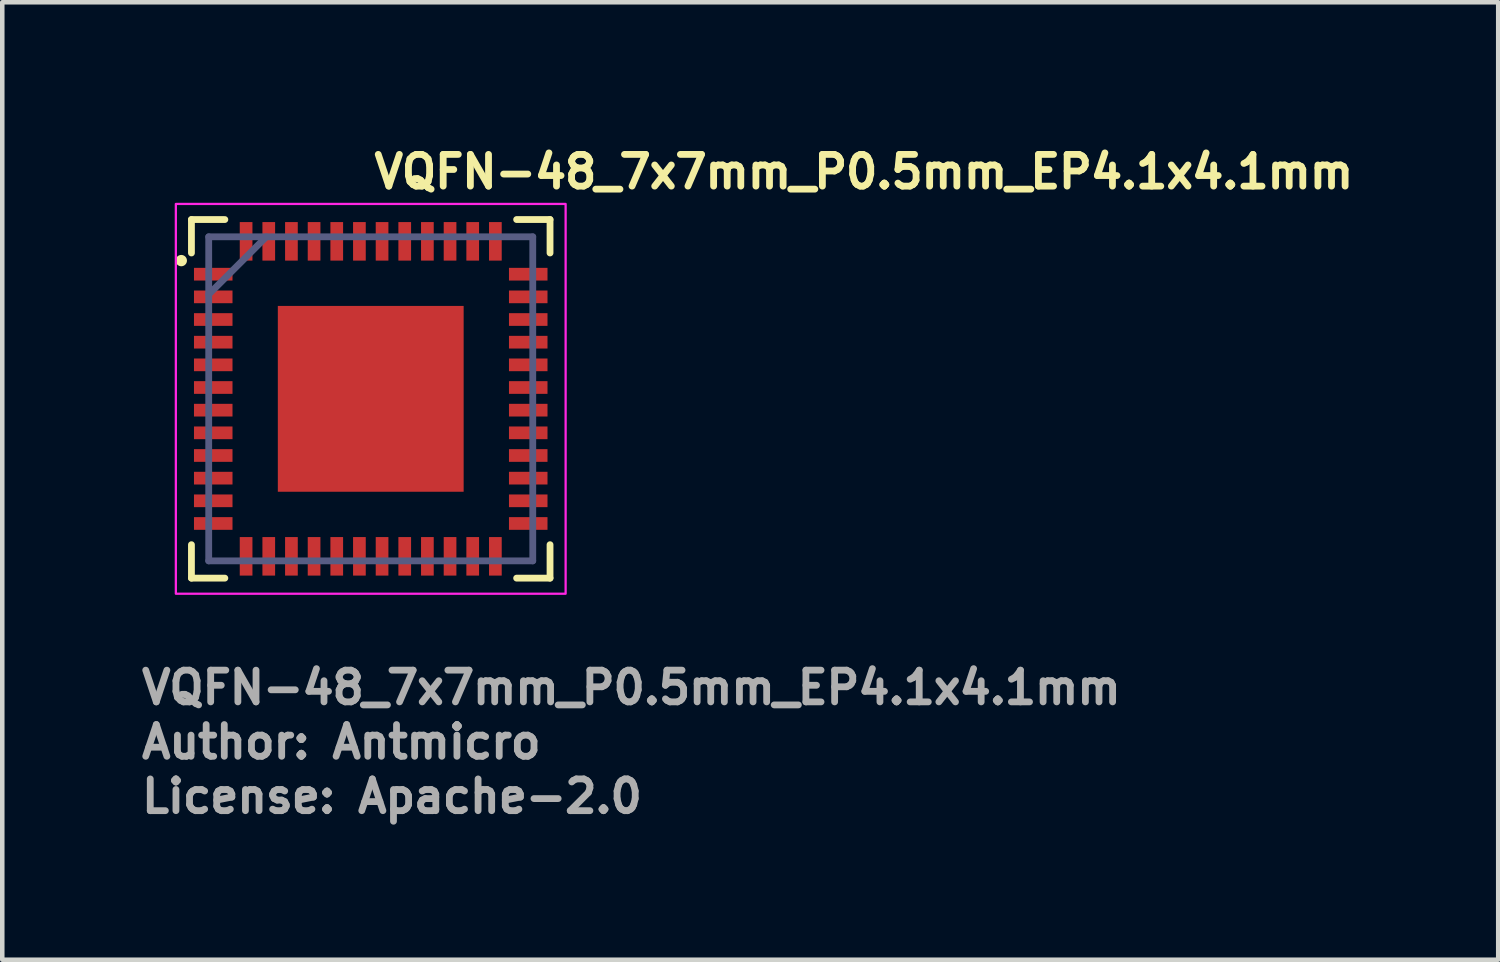
<source format=kicad_pcb>
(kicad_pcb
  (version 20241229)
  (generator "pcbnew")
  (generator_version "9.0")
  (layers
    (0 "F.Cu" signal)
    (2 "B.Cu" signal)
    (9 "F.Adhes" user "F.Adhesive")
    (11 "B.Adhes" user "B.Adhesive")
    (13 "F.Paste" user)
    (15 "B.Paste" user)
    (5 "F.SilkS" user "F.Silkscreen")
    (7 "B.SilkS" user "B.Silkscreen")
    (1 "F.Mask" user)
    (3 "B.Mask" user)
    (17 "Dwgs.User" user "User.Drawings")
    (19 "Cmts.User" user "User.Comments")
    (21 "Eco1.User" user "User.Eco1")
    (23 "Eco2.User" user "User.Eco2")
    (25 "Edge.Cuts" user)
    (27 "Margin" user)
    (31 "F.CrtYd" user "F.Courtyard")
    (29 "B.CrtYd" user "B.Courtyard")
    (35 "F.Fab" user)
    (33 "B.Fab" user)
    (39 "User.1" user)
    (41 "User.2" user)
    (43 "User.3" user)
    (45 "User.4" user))
  (footprint "VQFN-48_7x7mm_P0.5mm_EP4.1x4.1mm"
    (layer "F.Cu")
    (at 5.13 5.75)
    (property "Reference" "VQFN-48_7x7mm_P0.5mm_EP4.1x4.1mm" (at 0 -4.6 0) (unlocked yes) (layer "F.SilkS") (effects (font (size 0.7 0.7) (thickness 0.15)) (justify left bottom)))
    (attr smd)
    (fp_poly (pts (xy -2.113 -1.775) (xy -2.113 -2.114) (xy 2.114 -2.114) (xy 2.114 -1.775)) (stroke (width 0) (type solid)) (fill yes) (layer "F.Mask"))
    (fp_poly (pts (xy -2.113 -0.987) (xy -2.113 -1.375) (xy 2.114 -1.375) (xy 2.114 -0.987)) (stroke (width 0) (type solid)) (fill yes) (layer "F.Mask"))
    (fp_poly (pts (xy -2.113 -0.2) (xy -2.113 -0.587) (xy 2.114 -0.587) (xy 2.114 -0.2)) (stroke (width 0) (type solid)) (fill yes) (layer "F.Mask"))
    (fp_poly (pts (xy -2.113 0.587) (xy -2.113 0.2) (xy 2.114 0.2) (xy 2.114 0.587)) (stroke (width 0) (type solid)) (fill yes) (layer "F.Mask"))
    (fp_poly (pts (xy -2.113 1.375) (xy -2.113 0.987) (xy 2.114 0.987) (xy 2.114 1.375)) (stroke (width 0) (type solid)) (fill yes) (layer "F.Mask"))
    (fp_poly (pts (xy -2.113 2.114) (xy -2.113 -2.114) (xy -1.775 -2.114) (xy -1.775 2.114)) (stroke (width 0) (type solid)) (fill yes) (layer "F.Mask"))
    (fp_poly (pts (xy -2.113 2.114) (xy -2.113 1.775) (xy 2.114 1.775) (xy 2.114 2.114)) (stroke (width 0) (type solid)) (fill yes) (layer "F.Mask"))
    (fp_poly (pts (xy -0.987 2.114) (xy -0.987 -2.114) (xy -1.375 -2.114) (xy -1.375 2.114)) (stroke (width 0) (type solid)) (fill yes) (layer "F.Mask"))
    (fp_poly (pts (xy -0.2 2.114) (xy -0.2 -2.114) (xy -0.587 -2.114) (xy -0.587 2.114)) (stroke (width 0) (type solid)) (fill yes) (layer "F.Mask"))
    (fp_poly (pts (xy 0.587 2.114) (xy 0.587 -2.114) (xy 0.2 -2.114) (xy 0.2 2.114)) (stroke (width 0) (type solid)) (fill yes) (layer "F.Mask"))
    (fp_poly (pts (xy 1.375 2.114) (xy 1.375 -2.114) (xy 0.987 -2.114) (xy 0.987 2.114)) (stroke (width 0) (type solid)) (fill yes) (layer "F.Mask"))
    (fp_poly (pts (xy 1.775 2.114) (xy 1.775 -2.114) (xy 2.114 -2.114) (xy 2.114 2.114)) (stroke (width 0) (type solid)) (fill yes) (layer "F.Mask"))
    (fp_line (start -3.956 -3.218) (end -3.956 -3.956) (stroke (width 0.15) (type solid)) (layer "F.SilkS"))
    (fp_line (start -3.956 3.956) (end -3.956 3.218) (stroke (width 0.15) (type solid)) (layer "F.SilkS"))
    (fp_line (start -3.219 -3.956) (end -3.956 -3.956) (stroke (width 0.15) (type solid)) (layer "F.SilkS"))
    (fp_line (start -3.219 3.956) (end -3.956 3.956) (stroke (width 0.15) (type solid)) (layer "F.SilkS"))
    (fp_line (start 3.956 -3.956) (end 3.219 -3.956) (stroke (width 0.15) (type solid)) (layer "F.SilkS"))
    (fp_line (start 3.956 -3.218) (end 3.956 -3.956) (stroke (width 0.15) (type solid)) (layer "F.SilkS"))
    (fp_line (start 3.956 3.956) (end 3.219 3.956) (stroke (width 0.15) (type solid)) (layer "F.SilkS"))
    (fp_line (start 3.956 3.956) (end 3.956 3.218) (stroke (width 0.15) (type solid)) (layer "F.SilkS"))
    (fp_circle (center -4.18 -3.05) (end -4.13 -3.05) (stroke (width 0.15) (type solid)) (fill yes) (layer "F.SilkS"))
    (fp_poly (pts (xy -1.816 1.675) (xy -1.975 1.675) (xy -1.975 1.975) (xy -1.675 1.975) (xy -1.675 1.816)) (stroke (width 0) (type solid)) (fill yes) (layer "F.Paste"))
    (fp_poly (pts (xy -1.675 -1.975) (xy -1.975 -1.975) (xy -1.975 -1.675) (xy -1.816 -1.675) (xy -1.675 -1.816)) (stroke (width 0) (type solid)) (fill yes) (layer "F.Paste"))
    (fp_poly (pts (xy 1.975 -1.975) (xy 1.675 -1.975) (xy 1.675 -1.816) (xy 1.816 -1.675) (xy 1.975 -1.675)) (stroke (width 0) (type solid)) (fill yes) (layer "F.Paste"))
    (fp_poly (pts (xy 1.975 1.675) (xy 1.816 1.675) (xy 1.675 1.816) (xy 1.675 1.975) (xy 1.975 1.975)) (stroke (width 0) (type solid)) (fill yes) (layer "F.Paste"))
    (fp_poly (pts (xy -1.816 -1.475) (xy -1.975 -1.475) (xy -1.975 -0.887) (xy -1.816 -0.887) (xy -1.675 -1.029) (xy -1.675 -1.333)) (stroke (width 0) (type solid)) (fill yes) (layer "F.Paste"))
    (fp_poly (pts (xy -1.816 -0.687) (xy -1.975 -0.687) (xy -1.975 -0.1) (xy -1.816 -0.1) (xy -1.675 -0.241) (xy -1.675 -0.546)) (stroke (width 0) (type solid)) (fill yes) (layer "F.Paste"))
    (fp_poly (pts (xy -1.816 0.1) (xy -1.975 0.1) (xy -1.975 0.687) (xy -1.816 0.687) (xy -1.675 0.546) (xy -1.675 0.241)) (stroke (width 0) (type solid)) (fill yes) (layer "F.Paste"))
    (fp_poly (pts (xy -1.816 0.887) (xy -1.975 0.887) (xy -1.975 1.475) (xy -1.816 1.475) (xy -1.675 1.333) (xy -1.675 1.029)) (stroke (width 0) (type solid)) (fill yes) (layer "F.Paste"))
    (fp_poly (pts (xy -1.029 1.675) (xy -1.333 1.675) (xy -1.475 1.816) (xy -1.475 1.975) (xy -0.887 1.975) (xy -0.887 1.816)) (stroke (width 0) (type solid)) (fill yes) (layer "F.Paste"))
    (fp_poly (pts (xy -0.887 -1.975) (xy -1.475 -1.975) (xy -1.475 -1.816) (xy -1.333 -1.675) (xy -1.029 -1.675) (xy -0.887 -1.816)) (stroke (width 0) (type solid)) (fill yes) (layer "F.Paste"))
    (fp_poly (pts (xy -0.241 1.675) (xy -0.546 1.675) (xy -0.687 1.816) (xy -0.687 1.975) (xy -0.1 1.975) (xy -0.1 1.816)) (stroke (width 0) (type solid)) (fill yes) (layer "F.Paste"))
    (fp_poly (pts (xy -0.1 -1.975) (xy -0.687 -1.975) (xy -0.687 -1.816) (xy -0.546 -1.675) (xy -0.241 -1.675) (xy -0.1 -1.816)) (stroke (width 0) (type solid)) (fill yes) (layer "F.Paste"))
    (fp_poly (pts (xy 0.546 1.675) (xy 0.241 1.675) (xy 0.1 1.816) (xy 0.1 1.975) (xy 0.687 1.975) (xy 0.687 1.816)) (stroke (width 0) (type solid)) (fill yes) (layer "F.Paste"))
    (fp_poly (pts (xy 0.687 -1.975) (xy 0.1 -1.975) (xy 0.1 -1.816) (xy 0.241 -1.675) (xy 0.546 -1.675) (xy 0.687 -1.816)) (stroke (width 0) (type solid)) (fill yes) (layer "F.Paste"))
    (fp_poly (pts (xy 1.333 1.675) (xy 1.029 1.675) (xy 0.887 1.816) (xy 0.887 1.975) (xy 1.475 1.975) (xy 1.475 1.816)) (stroke (width 0) (type solid)) (fill yes) (layer "F.Paste"))
    (fp_poly (pts (xy 1.475 -1.975) (xy 0.887 -1.975) (xy 0.887 -1.816) (xy 1.029 -1.675) (xy 1.333 -1.675) (xy 1.475 -1.816)) (stroke (width 0) (type solid)) (fill yes) (layer "F.Paste"))
    (fp_poly (pts (xy 1.975 -1.475) (xy 1.816 -1.475) (xy 1.675 -1.333) (xy 1.675 -1.029) (xy 1.816 -0.887) (xy 1.975 -0.887)) (stroke (width 0) (type solid)) (fill yes) (layer "F.Paste"))
    (fp_poly (pts (xy 1.975 -0.687) (xy 1.816 -0.687) (xy 1.675 -0.546) (xy 1.675 -0.241) (xy 1.816 -0.1) (xy 1.975 -0.1)) (stroke (width 0) (type solid)) (fill yes) (layer "F.Paste"))
    (fp_poly (pts (xy 1.975 0.1) (xy 1.816 0.1) (xy 1.675 0.241) (xy 1.675 0.546) (xy 1.816 0.687) (xy 1.975 0.687)) (stroke (width 0) (type solid)) (fill yes) (layer "F.Paste"))
    (fp_poly (pts (xy 1.975 0.887) (xy 1.816 0.887) (xy 1.675 1.029) (xy 1.675 1.333) (xy 1.816 1.475) (xy 1.975 1.475)) (stroke (width 0) (type solid)) (fill yes) (layer "F.Paste"))
    (fp_poly (pts (xy -1.029 -1.475) (xy -1.333 -1.475) (xy -1.475 -1.333) (xy -1.475 -1.029) (xy -1.333 -0.887) (xy -1.029 -0.887) (xy -0.887 -1.029) (xy -0.887 -1.333)) (stroke (width 0) (type solid)) (fill yes) (layer "F.Paste"))
    (fp_poly (pts (xy -1.029 -0.687) (xy -1.333 -0.687) (xy -1.475 -0.546) (xy -1.475 -0.241) (xy -1.333 -0.1) (xy -1.029 -0.1) (xy -0.887 -0.241) (xy -0.887 -0.546)) (stroke (width 0) (type solid)) (fill yes) (layer "F.Paste"))
    (fp_poly (pts (xy -1.029 0.1) (xy -1.333 0.1) (xy -1.475 0.241) (xy -1.475 0.546) (xy -1.333 0.687) (xy -1.029 0.687) (xy -0.887 0.546) (xy -0.887 0.241)) (stroke (width 0) (type solid)) (fill yes) (layer "F.Paste"))
    (fp_poly (pts (xy -1.029 0.887) (xy -1.333 0.887) (xy -1.475 1.029) (xy -1.475 1.333) (xy -1.333 1.475) (xy -1.029 1.475) (xy -0.887 1.333) (xy -0.887 1.029)) (stroke (width 0) (type solid)) (fill yes) (layer "F.Paste"))
    (fp_poly (pts (xy -0.241 -1.475) (xy -0.546 -1.475) (xy -0.687 -1.333) (xy -0.687 -1.029) (xy -0.546 -0.887) (xy -0.241 -0.887) (xy -0.1 -1.029) (xy -0.1 -1.333)) (stroke (width 0) (type solid)) (fill yes) (layer "F.Paste"))
    (fp_poly (pts (xy -0.241 -0.687) (xy -0.546 -0.687) (xy -0.687 -0.546) (xy -0.687 -0.241) (xy -0.546 -0.1) (xy -0.241 -0.1) (xy -0.1 -0.241) (xy -0.1 -0.546)) (stroke (width 0) (type solid)) (fill yes) (layer "F.Paste"))
    (fp_poly (pts (xy -0.241 0.1) (xy -0.546 0.1) (xy -0.687 0.241) (xy -0.687 0.546) (xy -0.546 0.687) (xy -0.241 0.687) (xy -0.1 0.546) (xy -0.1 0.241)) (stroke (width 0) (type solid)) (fill yes) (layer "F.Paste"))
    (fp_poly (pts (xy -0.241 0.887) (xy -0.546 0.887) (xy -0.687 1.029) (xy -0.687 1.333) (xy -0.546 1.475) (xy -0.241 1.475) (xy -0.1 1.333) (xy -0.1 1.029)) (stroke (width 0) (type solid)) (fill yes) (layer "F.Paste"))
    (fp_poly (pts (xy 0.546 -1.475) (xy 0.241 -1.475) (xy 0.1 -1.333) (xy 0.1 -1.029) (xy 0.241 -0.887) (xy 0.546 -0.887) (xy 0.687 -1.029) (xy 0.687 -1.333)) (stroke (width 0) (type solid)) (fill yes) (layer "F.Paste"))
    (fp_poly (pts (xy 0.546 -0.687) (xy 0.241 -0.687) (xy 0.1 -0.546) (xy 0.1 -0.241) (xy 0.241 -0.1) (xy 0.546 -0.1) (xy 0.687 -0.241) (xy 0.687 -0.546)) (stroke (width 0) (type solid)) (fill yes) (layer "F.Paste"))
    (fp_poly (pts (xy 0.546 0.1) (xy 0.241 0.1) (xy 0.1 0.241) (xy 0.1 0.546) (xy 0.241 0.687) (xy 0.546 0.687) (xy 0.687 0.546) (xy 0.687 0.241)) (stroke (width 0) (type solid)) (fill yes) (layer "F.Paste"))
    (fp_poly (pts (xy 0.546 0.887) (xy 0.241 0.887) (xy 0.1 1.029) (xy 0.1 1.333) (xy 0.241 1.475) (xy 0.546 1.475) (xy 0.687 1.333) (xy 0.687 1.029)) (stroke (width 0) (type solid)) (fill yes) (layer "F.Paste"))
    (fp_poly (pts (xy 1.333 -1.475) (xy 1.029 -1.475) (xy 0.887 -1.333) (xy 0.887 -1.029) (xy 1.029 -0.887) (xy 1.333 -0.887) (xy 1.475 -1.029) (xy 1.475 -1.333)) (stroke (width 0) (type solid)) (fill yes) (layer "F.Paste"))
    (fp_poly (pts (xy 1.333 -0.687) (xy 1.029 -0.687) (xy 0.887 -0.546) (xy 0.887 -0.241) (xy 1.029 -0.1) (xy 1.333 -0.1) (xy 1.475 -0.241) (xy 1.475 -0.546)) (stroke (width 0) (type solid)) (fill yes) (layer "F.Paste"))
    (fp_poly (pts (xy 1.333 0.1) (xy 1.029 0.1) (xy 0.887 0.241) (xy 0.887 0.546) (xy 1.029 0.687) (xy 1.333 0.687) (xy 1.475 0.546) (xy 1.475 0.241)) (stroke (width 0) (type solid)) (fill yes) (layer "F.Paste"))
    (fp_poly (pts (xy 1.333 0.887) (xy 1.029 0.887) (xy 0.887 1.029) (xy 0.887 1.333) (xy 1.029 1.475) (xy 1.333 1.475) (xy 1.475 1.333) (xy 1.475 1.029)) (stroke (width 0) (type solid)) (fill yes) (layer "F.Paste"))
    (fp_rect (start -4.3 -4.3) (end 4.3 4.3) (stroke (width 0.05) (type solid)) (fill no) (layer "F.CrtYd"))
    (fp_line (start -3.575 -2.305) (end -2.305 -3.575) (stroke (width 0.15) (type solid)) (layer "B.Fab"))
    (fp_line (start -3.575 3.575) (end -3.575 -3.575) (stroke (width 0.15) (type solid)) (layer "B.Fab"))
    (fp_line (start 3.575 -3.575) (end -3.575 -3.575) (stroke (width 0.15) (type solid)) (layer "B.Fab"))
    (fp_line (start 3.575 3.575) (end -3.575 3.575) (stroke (width 0.15) (type solid)) (layer "B.Fab"))
    (fp_line (start 3.575 3.575) (end 3.575 -3.575) (stroke (width 0.15) (type solid)) (layer "B.Fab"))
    (fp_rect (start -3.5 -3.5) (end 3.5 3.5) (stroke (width 0.1) (type solid)) (fill no) (layer "User.5"))
    (fp_line (start -3.5 -3.5) (end -3.5 3.5) (stroke (width 0.02) (type solid)) (layer "User.9"))
    (fp_line (start -3.5 3.5) (end 3.5 3.5) (stroke (width 0.02) (type solid)) (layer "User.9"))
    (fp_line (start 3.5 -3.5) (end -3.5 -3.5) (stroke (width 0.02) (type solid)) (layer "User.9"))
    (fp_line (start 3.5 3.5) (end 3.5 -3.5) (stroke (width 0.02) (type solid)) (layer "User.9"))
    (fp_text user "License: Apache-2.0" (at -5.13 9.18 0) (layer "F.Fab") (effects (font (size 0.7 0.7) (thickness 0.15)) (justify left bottom)))
    (fp_text user "Author: Antmicro" (at -5.13 7.98 0) (layer "F.Fab") (effects (font (size 0.7 0.7) (thickness 0.15)) (justify left bottom)))
    (fp_text user "${REFERENCE}" (at -5.13 6.78 0) (layer "F.Fab") (effects (font (size 0.7 0.7) (thickness 0.15)) (justify left bottom)))
    (pad "1" smd rect (at -3.475 -2.75 270) (size 0.28 0.85) (layers "F.Cu" "F.Mask" "F.Paste"))
    (pad "2" smd rect (at -3.475 -2.25 270) (size 0.28 0.85) (layers "F.Cu" "F.Mask" "F.Paste"))
    (pad "3" smd rect (at -3.475 -1.75 270) (size 0.28 0.85) (layers "F.Cu" "F.Mask" "F.Paste"))
    (pad "4" smd rect (at -3.475 -1.25 270) (size 0.28 0.85) (layers "F.Cu" "F.Mask" "F.Paste"))
    (pad "5" smd rect (at -3.475 -0.75 270) (size 0.28 0.85) (layers "F.Cu" "F.Mask" "F.Paste"))
    (pad "6" smd rect (at -3.475 -0.25 270) (size 0.28 0.85) (layers "F.Cu" "F.Mask" "F.Paste"))
    (pad "7" smd rect (at -3.475 0.25 270) (size 0.28 0.85) (layers "F.Cu" "F.Mask" "F.Paste"))
    (pad "8" smd rect (at -3.475 0.75 270) (size 0.28 0.85) (layers "F.Cu" "F.Mask" "F.Paste"))
    (pad "9" smd rect (at -3.475 1.25 270) (size 0.28 0.85) (layers "F.Cu" "F.Mask" "F.Paste"))
    (pad "10" smd rect (at -3.475 1.75 270) (size 0.28 0.85) (layers "F.Cu" "F.Mask" "F.Paste"))
    (pad "11" smd rect (at -3.475 2.25 270) (size 0.28 0.85) (layers "F.Cu" "F.Mask" "F.Paste"))
    (pad "12" smd rect (at -3.475 2.75 270) (size 0.28 0.85) (layers "F.Cu" "F.Mask" "F.Paste"))
    (pad "13" smd rect (at -2.75 3.475 180) (size 0.28 0.85) (layers "F.Cu" "F.Mask" "F.Paste"))
    (pad "14" smd rect (at -2.25 3.475 180) (size 0.28 0.85) (layers "F.Cu" "F.Mask" "F.Paste"))
    (pad "15" smd rect (at -1.75 3.475 180) (size 0.28 0.85) (layers "F.Cu" "F.Mask" "F.Paste"))
    (pad "16" smd rect (at -1.25 3.475 180) (size 0.28 0.85) (layers "F.Cu" "F.Mask" "F.Paste"))
    (pad "17" smd rect (at -0.75 3.475 180) (size 0.28 0.85) (layers "F.Cu" "F.Mask" "F.Paste"))
    (pad "18" smd rect (at -0.25 3.475 180) (size 0.28 0.85) (layers "F.Cu" "F.Mask" "F.Paste"))
    (pad "19" smd rect (at 0.25 3.475 180) (size 0.28 0.85) (layers "F.Cu" "F.Mask" "F.Paste"))
    (pad "20" smd rect (at 0.75 3.475 180) (size 0.28 0.85) (layers "F.Cu" "F.Mask" "F.Paste"))
    (pad "21" smd rect (at 1.25 3.475 180) (size 0.28 0.85) (layers "F.Cu" "F.Mask" "F.Paste"))
    (pad "22" smd rect (at 1.75 3.475 180) (size 0.28 0.85) (layers "F.Cu" "F.Mask" "F.Paste"))
    (pad "23" smd rect (at 2.25 3.475 180) (size 0.28 0.85) (layers "F.Cu" "F.Mask" "F.Paste"))
    (pad "24" smd rect (at 2.75 3.475 180) (size 0.28 0.85) (layers "F.Cu" "F.Mask" "F.Paste"))
    (pad "25" smd rect (at 3.475 2.75 270) (size 0.28 0.85) (layers "F.Cu" "F.Mask" "F.Paste"))
    (pad "26" smd rect (at 3.475 2.25 270) (size 0.28 0.85) (layers "F.Cu" "F.Mask" "F.Paste"))
    (pad "27" smd rect (at 3.475 1.75 270) (size 0.28 0.85) (layers "F.Cu" "F.Mask" "F.Paste"))
    (pad "28" smd rect (at 3.475 1.25 270) (size 0.28 0.85) (layers "F.Cu" "F.Mask" "F.Paste"))
    (pad "29" smd rect (at 3.475 0.75 270) (size 0.28 0.85) (layers "F.Cu" "F.Mask" "F.Paste"))
    (pad "30" smd rect (at 3.475 0.25 270) (size 0.28 0.85) (layers "F.Cu" "F.Mask" "F.Paste"))
    (pad "31" smd rect (at 3.475 -0.25 270) (size 0.28 0.85) (layers "F.Cu" "F.Mask" "F.Paste"))
    (pad "32" smd rect (at 3.475 -0.75 270) (size 0.28 0.85) (layers "F.Cu" "F.Mask" "F.Paste"))
    (pad "33" smd rect (at 3.475 -1.25 270) (size 0.28 0.85) (layers "F.Cu" "F.Mask" "F.Paste"))
    (pad "34" smd rect (at 3.475 -1.75 270) (size 0.28 0.85) (layers "F.Cu" "F.Mask" "F.Paste"))
    (pad "35" smd rect (at 3.475 -2.25 270) (size 0.28 0.85) (layers "F.Cu" "F.Mask" "F.Paste"))
    (pad "36" smd rect (at 3.475 -2.75 270) (size 0.28 0.85) (layers "F.Cu" "F.Mask" "F.Paste"))
    (pad "37" smd rect (at 2.75 -3.475 180) (size 0.28 0.85) (layers "F.Cu" "F.Mask" "F.Paste"))
    (pad "38" smd rect (at 2.25 -3.475 180) (size 0.28 0.85) (layers "F.Cu" "F.Mask" "F.Paste"))
    (pad "39" smd rect (at 1.75 -3.475 180) (size 0.28 0.85) (layers "F.Cu" "F.Mask" "F.Paste"))
    (pad "40" smd rect (at 1.25 -3.475 180) (size 0.28 0.85) (layers "F.Cu" "F.Mask" "F.Paste"))
    (pad "41" smd rect (at 0.75 -3.475 180) (size 0.28 0.85) (layers "F.Cu" "F.Mask" "F.Paste"))
    (pad "42" smd rect (at 0.25 -3.475 180) (size 0.28 0.85) (layers "F.Cu" "F.Mask" "F.Paste"))
    (pad "43" smd rect (at -0.25 -3.475 180) (size 0.28 0.85) (layers "F.Cu" "F.Mask" "F.Paste"))
    (pad "44" smd rect (at -0.75 -3.475 180) (size 0.28 0.85) (layers "F.Cu" "F.Mask" "F.Paste"))
    (pad "45" smd rect (at -1.25 -3.475 180) (size 0.28 0.85) (layers "F.Cu" "F.Mask" "F.Paste"))
    (pad "46" smd rect (at -1.75 -3.475 180) (size 0.28 0.85) (layers "F.Cu" "F.Mask" "F.Paste"))
    (pad "47" smd rect (at -2.25 -3.475 180) (size 0.28 0.85) (layers "F.Cu" "F.Mask" "F.Paste"))
    (pad "48" smd rect (at -2.75 -3.475 180) (size 0.28 0.85) (layers "F.Cu" "F.Mask" "F.Paste"))
    (pad "49" smd rect (at 0 0) (size 4.1 4.1) (layers "F.Cu" "F.Mask" "F.Paste")))
  (gr_rect
    (start -3 -3)
    (end 30.007 18.125)
    (stroke (width 0.1) (type default))
    (fill no)
    (layer "Edge.Cuts")))
</source>
